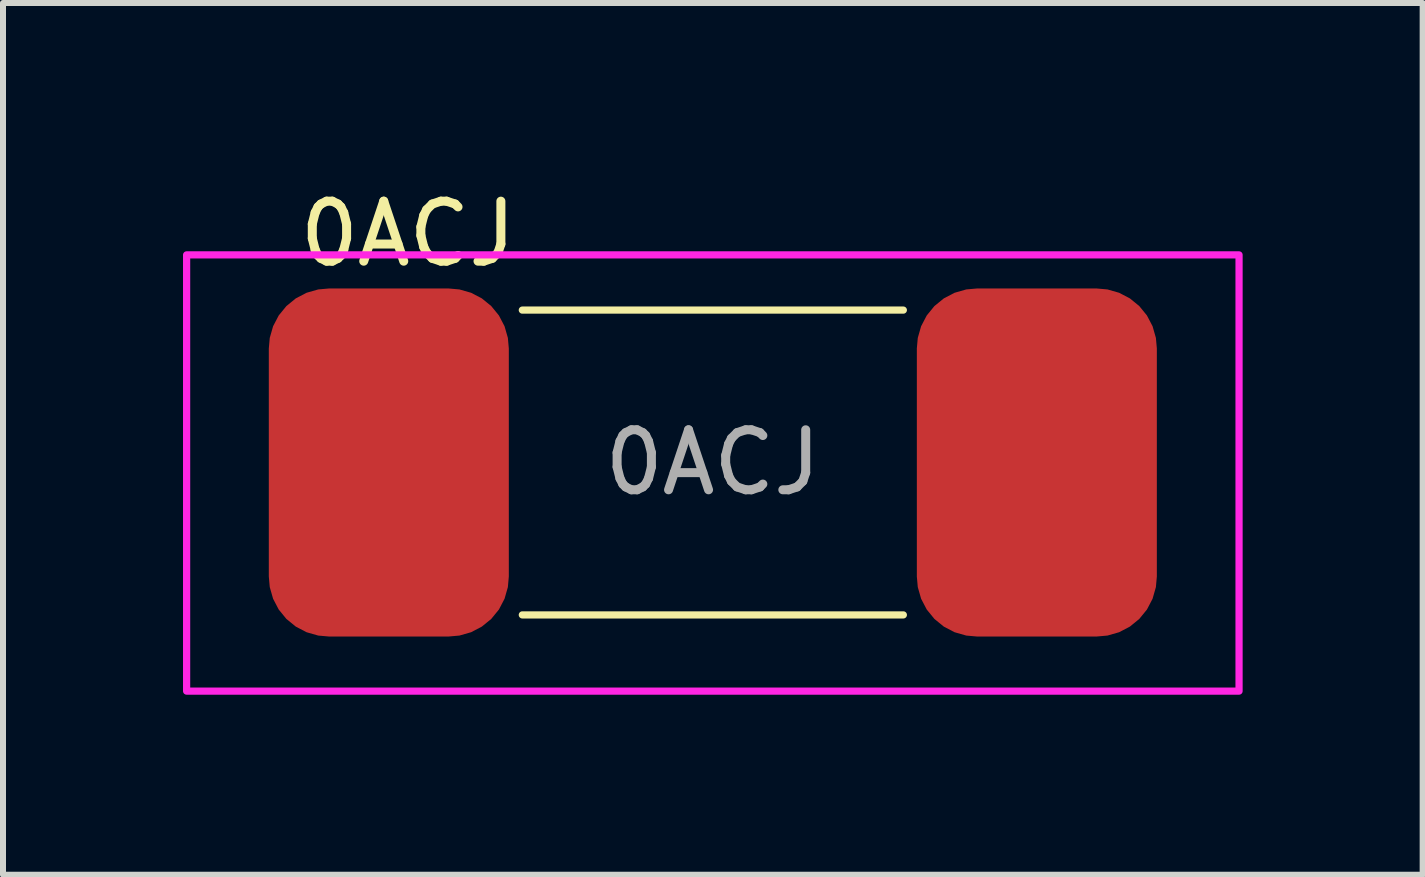
<source format=kicad_pcb>
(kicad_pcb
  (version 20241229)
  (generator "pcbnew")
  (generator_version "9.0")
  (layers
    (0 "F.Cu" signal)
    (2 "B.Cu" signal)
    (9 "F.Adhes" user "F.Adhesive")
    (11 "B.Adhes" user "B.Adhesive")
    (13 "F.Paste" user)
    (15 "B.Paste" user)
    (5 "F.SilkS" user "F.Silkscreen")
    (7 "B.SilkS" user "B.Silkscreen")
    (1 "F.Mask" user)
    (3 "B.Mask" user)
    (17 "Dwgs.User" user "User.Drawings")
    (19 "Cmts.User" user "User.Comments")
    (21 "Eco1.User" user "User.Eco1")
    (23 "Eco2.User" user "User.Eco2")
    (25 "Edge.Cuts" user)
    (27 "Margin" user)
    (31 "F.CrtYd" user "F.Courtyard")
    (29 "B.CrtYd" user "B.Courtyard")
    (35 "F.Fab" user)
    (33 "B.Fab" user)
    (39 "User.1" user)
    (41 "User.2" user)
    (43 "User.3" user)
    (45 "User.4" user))
  (footprint "0ACJ"
    (layer "F.Cu")
    (at 8.83 4.658)
    (property "Reference" "0ACJ" (at -5.08 -3.81 0) (unlocked yes) (layer "F.SilkS") (effects (font (size 1 1) (thickness 0.15))))
    (attr smd)
    (fp_line (start -3.175 -2.54) (end 3.175 -2.54) (stroke (width 0.12) (type default)) (layer "F.SilkS"))
    (fp_line (start -3.175 2.54) (end 3.175 2.54) (stroke (width 0.12) (type default)) (layer "F.SilkS"))
    (fp_rect (start -8.77 -3.46) (end 8.77 3.81) (stroke (width 0.12) (type default)) (fill no) (layer "F.CrtYd"))
    (fp_text user "${REFERENCE}" (at 0 0 0) (unlocked yes) (layer "F.Fab") (effects (font (size 1 1) (thickness 0.15))))
    (pad "1" smd roundrect (at -5.4 0 90) (size 5.8 4) (layers "F.Cu" "F.Mask" "F.Paste") (roundrect_rratio 0.25))
    (pad "2" smd roundrect (at 5.4 0 90) (size 5.8 4) (layers "F.Cu" "F.Mask" "F.Paste") (roundrect_rratio 0.25)))
  (gr_rect
    (start -3 -3)
    (end 20.66 11.528)
    (stroke (width 0.1) (type default))
    (fill no)
    (layer "Edge.Cuts")))
</source>
